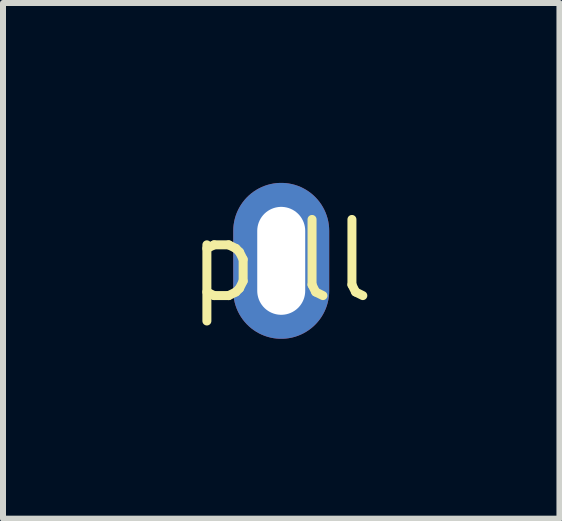
<source format=kicad_pcb>
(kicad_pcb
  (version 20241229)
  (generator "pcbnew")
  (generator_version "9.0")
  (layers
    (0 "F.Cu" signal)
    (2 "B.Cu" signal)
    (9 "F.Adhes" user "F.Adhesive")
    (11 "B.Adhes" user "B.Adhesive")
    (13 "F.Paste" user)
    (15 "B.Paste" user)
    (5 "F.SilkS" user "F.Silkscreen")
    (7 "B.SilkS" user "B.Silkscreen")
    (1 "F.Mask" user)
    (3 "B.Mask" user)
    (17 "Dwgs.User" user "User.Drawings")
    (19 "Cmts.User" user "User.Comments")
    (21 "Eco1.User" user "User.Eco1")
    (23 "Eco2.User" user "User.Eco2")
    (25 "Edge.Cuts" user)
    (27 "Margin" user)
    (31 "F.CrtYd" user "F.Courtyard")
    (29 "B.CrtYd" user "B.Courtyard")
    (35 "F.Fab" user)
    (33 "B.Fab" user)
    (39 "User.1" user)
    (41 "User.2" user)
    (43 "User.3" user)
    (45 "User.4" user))
  (footprint "pill"
    (layer "F.Cu")
    (at 1.64 1.3)
    (property "Reference" "pill" (at 0 0 0) (layer "F.SilkS") (effects (font (size 1.27 1.27) (thickness 0.15))))
    (attr through_hole)
    (pad "1" thru_hole oval (at 0 0) (size 1.6 2.6) (drill oval 0.8 1.8) (layers "*.Cu" "*.Mask")))
  (gr_rect
    (start -3 -3)
    (end 6.28 5.6)
    (stroke (width 0.1) (type default))
    (fill no)
    (layer "Edge.Cuts")))
</source>
